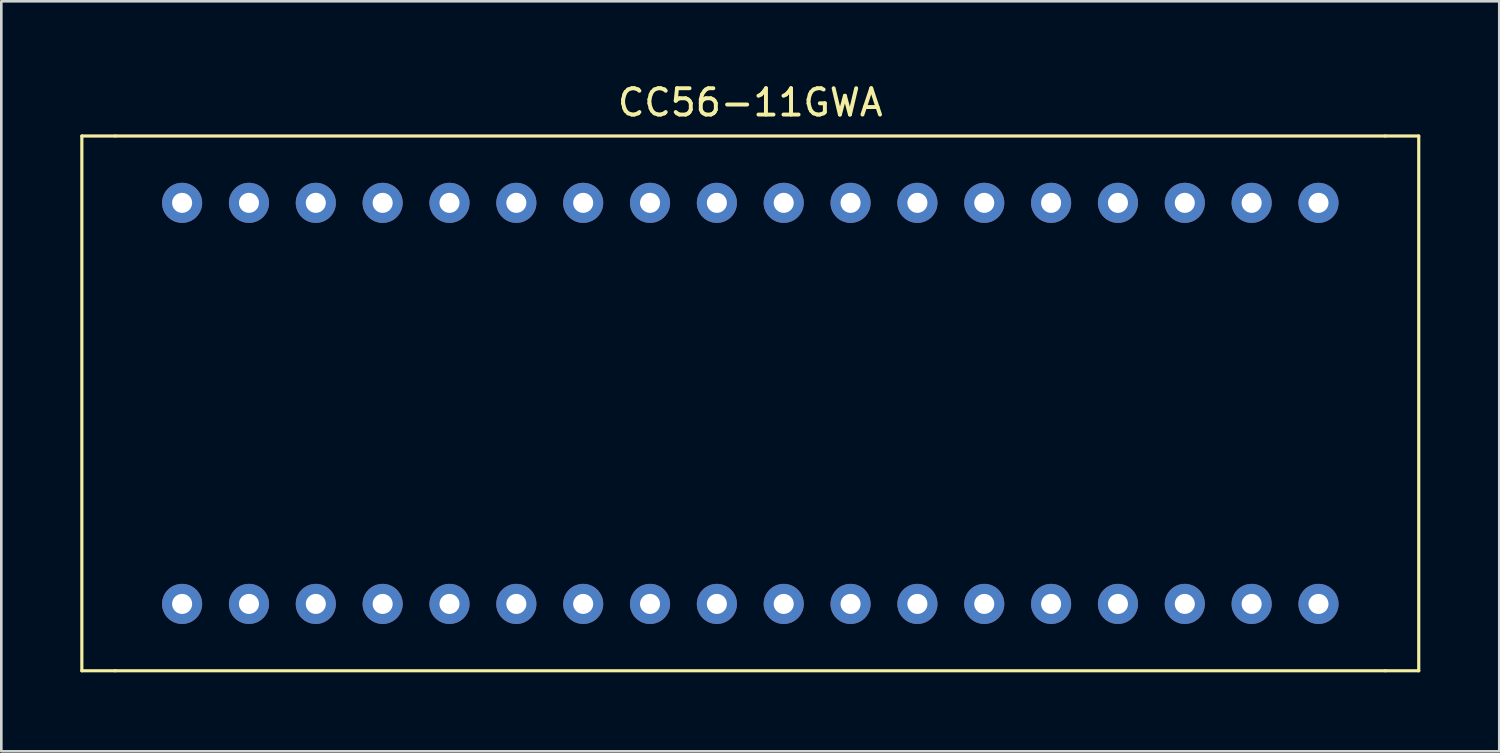
<source format=kicad_pcb>
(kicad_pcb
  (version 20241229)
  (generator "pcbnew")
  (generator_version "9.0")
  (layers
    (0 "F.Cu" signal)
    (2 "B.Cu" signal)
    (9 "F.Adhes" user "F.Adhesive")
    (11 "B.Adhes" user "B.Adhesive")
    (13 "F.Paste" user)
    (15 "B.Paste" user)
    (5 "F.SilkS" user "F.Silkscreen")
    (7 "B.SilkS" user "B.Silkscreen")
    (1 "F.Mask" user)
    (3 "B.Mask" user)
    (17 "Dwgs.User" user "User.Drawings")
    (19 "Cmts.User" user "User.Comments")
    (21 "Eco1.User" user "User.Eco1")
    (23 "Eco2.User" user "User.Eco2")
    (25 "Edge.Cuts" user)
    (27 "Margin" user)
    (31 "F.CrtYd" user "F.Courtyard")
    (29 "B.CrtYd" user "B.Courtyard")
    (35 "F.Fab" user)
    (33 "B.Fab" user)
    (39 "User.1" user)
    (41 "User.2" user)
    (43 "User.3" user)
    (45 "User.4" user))
  (footprint "CC56-11GWA"
    (layer "F.Cu")
    (at 25.46 2.118)
    (property "Reference" "CC56-11GWA" (at 0 -1.27 0) (layer "F.SilkS") (effects (font (size 1 1) (thickness 0.15))))
    (attr through_hole)
    (fp_line (start -25.4 0) (end -25.4 20.32) (stroke (width 0.12) (type solid)) (layer "F.SilkS"))
    (fp_line (start -25.4 0) (end -24.13 0) (stroke (width 0.12) (type solid)) (layer "F.SilkS"))
    (fp_line (start -24.13 20.32) (end -25.4 20.32) (stroke (width 0.12) (type solid)) (layer "F.SilkS"))
    (fp_line (start -24.13 20.32) (end 24.13 20.32) (stroke (width 0.12) (type solid)) (layer "F.SilkS"))
    (fp_line (start 24.13 0) (end -24.13 0) (stroke (width 0.12) (type solid)) (layer "F.SilkS"))
    (fp_line (start 24.13 0) (end 25.4 0) (stroke (width 0.12) (type solid)) (layer "F.SilkS"))
    (fp_line (start 24.13 20.32) (end 25.4 20.32) (stroke (width 0.12) (type solid)) (layer "F.SilkS"))
    (fp_line (start 25.4 20.32) (end 25.4 0) (stroke (width 0.12) (type solid)) (layer "F.SilkS"))
    (pad "1" thru_hole circle (at -21.59 17.78) (size 1.524 1.524) (drill 0.762) (layers "*.Cu" "*.Mask"))
    (pad "2" thru_hole circle (at -19.05 17.78) (size 1.524 1.524) (drill 0.762) (layers "*.Cu" "*.Mask"))
    (pad "3" thru_hole circle (at -16.51 17.78) (size 1.524 1.524) (drill 0.762) (layers "*.Cu" "*.Mask"))
    (pad "4" thru_hole circle (at -13.97 17.78) (size 1.524 1.524) (drill 0.762) (layers "*.Cu" "*.Mask"))
    (pad "5" thru_hole circle (at -11.43 17.78) (size 1.524 1.524) (drill 0.762) (layers "*.Cu" "*.Mask"))
    (pad "6" thru_hole circle (at -8.89 17.78) (size 1.524 1.524) (drill 0.762) (layers "*.Cu" "*.Mask"))
    (pad "7" thru_hole circle (at -6.35 17.78) (size 1.524 1.524) (drill 0.762) (layers "*.Cu" "*.Mask"))
    (pad "8" thru_hole circle (at -3.81 17.78) (size 1.524 1.524) (drill 0.762) (layers "*.Cu" "*.Mask"))
    (pad "9" thru_hole circle (at -1.27 17.78) (size 1.524 1.524) (drill 0.762) (layers "*.Cu" "*.Mask"))
    (pad "10" thru_hole circle (at 1.27 17.78) (size 1.524 1.524) (drill 0.762) (layers "*.Cu" "*.Mask"))
    (pad "11" thru_hole circle (at 3.81 17.78) (size 1.524 1.524) (drill 0.762) (layers "*.Cu" "*.Mask"))
    (pad "12" thru_hole circle (at 6.35 17.78) (size 1.524 1.524) (drill 0.762) (layers "*.Cu" "*.Mask"))
    (pad "13" thru_hole circle (at 8.89 17.78) (size 1.524 1.524) (drill 0.762) (layers "*.Cu" "*.Mask"))
    (pad "14" thru_hole circle (at 11.43 17.78) (size 1.524 1.524) (drill 0.762) (layers "*.Cu" "*.Mask"))
    (pad "15" thru_hole circle (at 13.97 17.78) (size 1.524 1.524) (drill 0.762) (layers "*.Cu" "*.Mask"))
    (pad "16" thru_hole circle (at 16.51 17.78) (size 1.524 1.524) (drill 0.762) (layers "*.Cu" "*.Mask"))
    (pad "17" thru_hole circle (at 19.05 17.78) (size 1.524 1.524) (drill 0.762) (layers "*.Cu" "*.Mask"))
    (pad "18" thru_hole circle (at 21.59 17.78) (size 1.524 1.524) (drill 0.762) (layers "*.Cu" "*.Mask"))
    (pad "19" thru_hole circle (at 21.59 2.54) (size 1.524 1.524) (drill 0.762) (layers "*.Cu" "*.Mask"))
    (pad "20" thru_hole circle (at 19.05 2.54) (size 1.524 1.524) (drill 0.762) (layers "*.Cu" "*.Mask"))
    (pad "21" thru_hole circle (at 16.51 2.54) (size 1.524 1.524) (drill 0.762) (layers "*.Cu" "*.Mask"))
    (pad "22" thru_hole circle (at 13.97 2.54) (size 1.524 1.524) (drill 0.762) (layers "*.Cu" "*.Mask"))
    (pad "23" thru_hole circle (at 11.43 2.54) (size 1.524 1.524) (drill 0.762) (layers "*.Cu" "*.Mask"))
    (pad "24" thru_hole circle (at 8.89 2.54) (size 1.524 1.524) (drill 0.762) (layers "*.Cu" "*.Mask"))
    (pad "25" thru_hole circle (at 6.35 2.54) (size 1.524 1.524) (drill 0.762) (layers "*.Cu" "*.Mask"))
    (pad "26" thru_hole circle (at 3.81 2.54) (size 1.524 1.524) (drill 0.762) (layers "*.Cu" "*.Mask"))
    (pad "27" thru_hole circle (at 1.27 2.54) (size 1.524 1.524) (drill 0.762) (layers "*.Cu" "*.Mask"))
    (pad "28" thru_hole circle (at -1.27 2.54) (size 1.524 1.524) (drill 0.762) (layers "*.Cu" "*.Mask"))
    (pad "29" thru_hole circle (at -3.81 2.54) (size 1.524 1.524) (drill 0.762) (layers "*.Cu" "*.Mask"))
    (pad "30" thru_hole circle (at -6.35 2.54) (size 1.524 1.524) (drill 0.762) (layers "*.Cu" "*.Mask"))
    (pad "31" thru_hole circle (at -8.89 2.54) (size 1.524 1.524) (drill 0.762) (layers "*.Cu" "*.Mask"))
    (pad "32" thru_hole circle (at -11.43 2.54) (size 1.524 1.524) (drill 0.762) (layers "*.Cu" "*.Mask"))
    (pad "33" thru_hole circle (at -13.97 2.54) (size 1.524 1.524) (drill 0.762) (layers "*.Cu" "*.Mask"))
    (pad "34" thru_hole circle (at -16.51 2.54) (size 1.524 1.524) (drill 0.762) (layers "*.Cu" "*.Mask"))
    (pad "35" thru_hole circle (at -19.05 2.54) (size 1.524 1.524) (drill 0.762) (layers "*.Cu" "*.Mask"))
    (pad "36" thru_hole circle (at -21.59 2.54) (size 1.524 1.524) (drill 0.762) (layers "*.Cu" "*.Mask")))
  (gr_rect
    (start -3 -3)
    (end 53.92 25.498)
    (stroke (width 0.1) (type default))
    (fill no)
    (layer "Edge.Cuts")))
</source>
